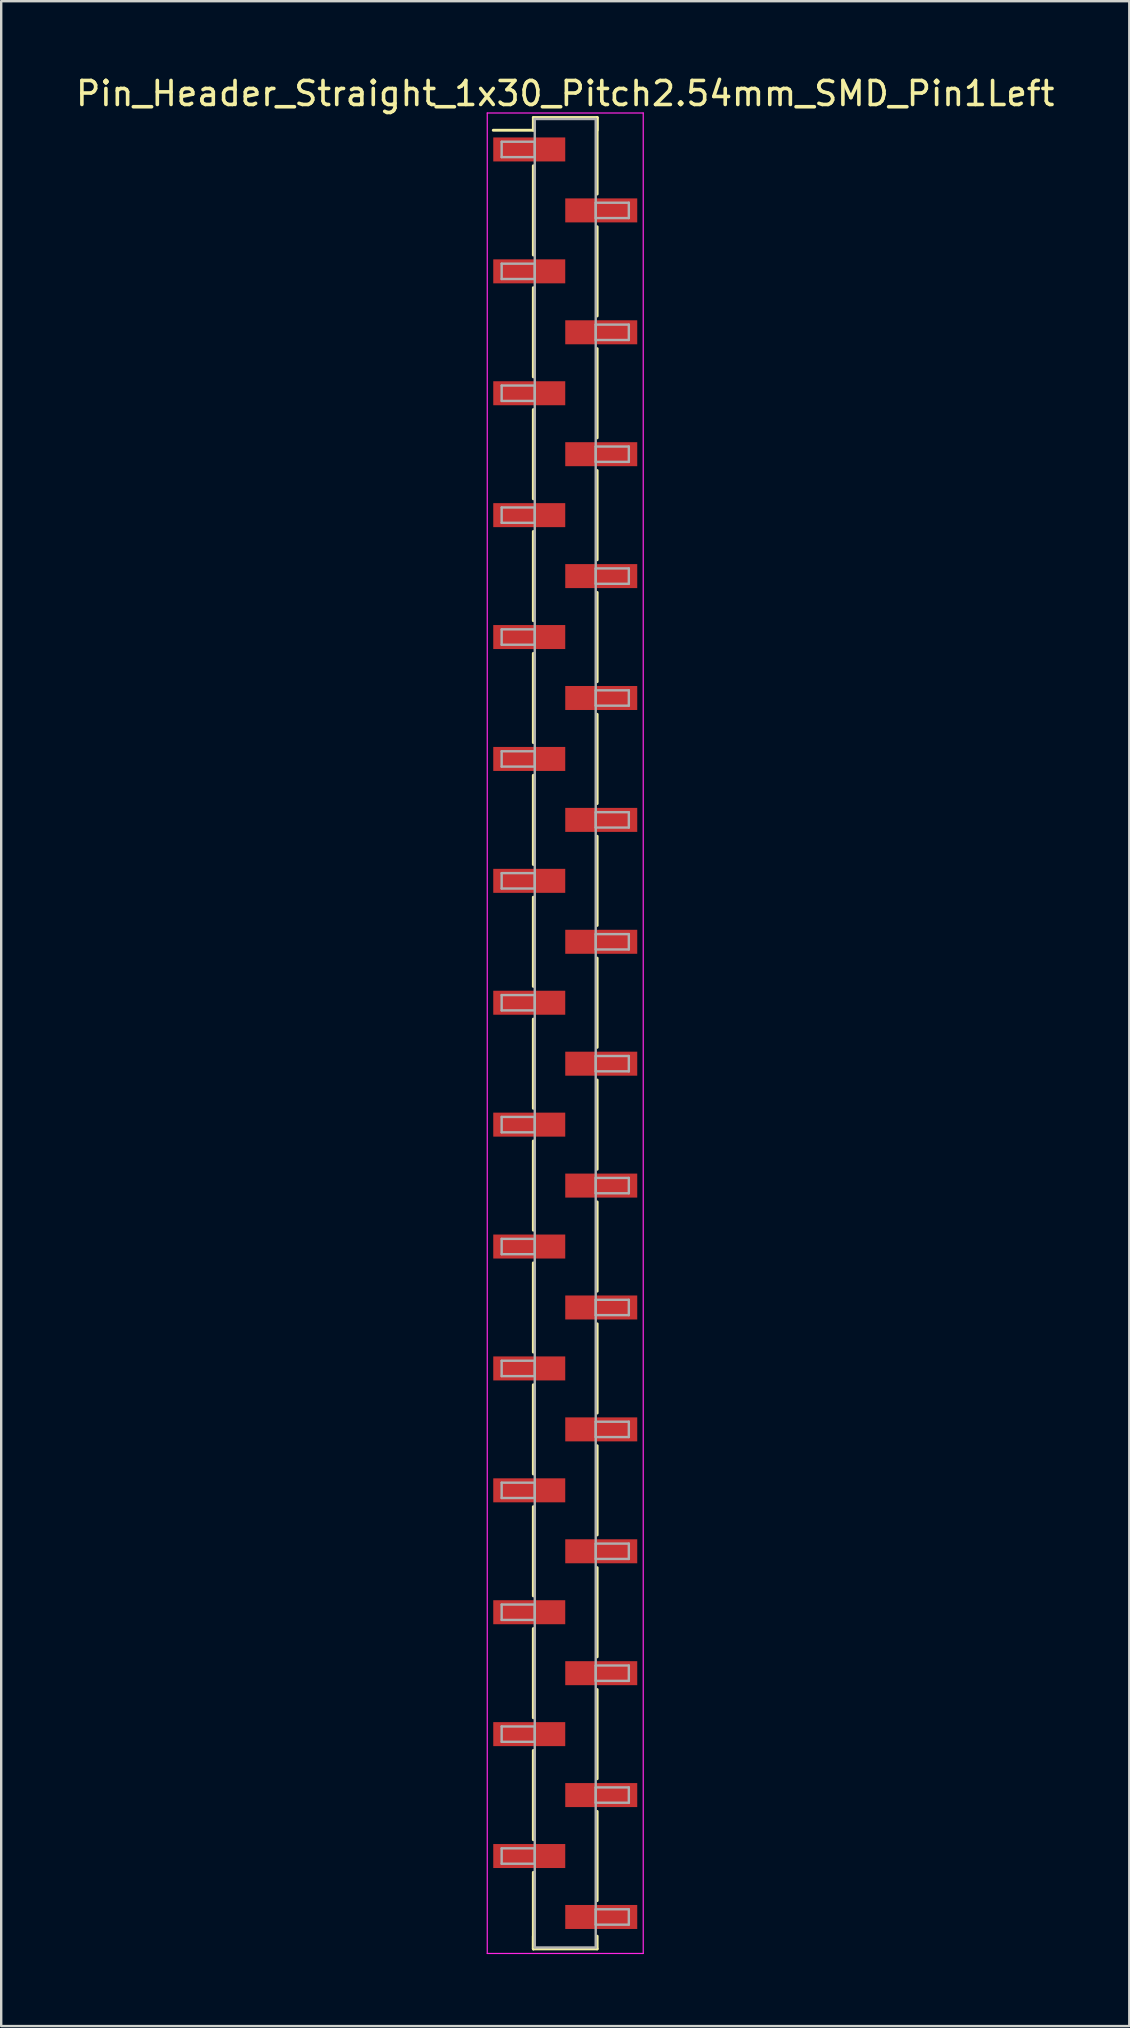
<source format=kicad_pcb>
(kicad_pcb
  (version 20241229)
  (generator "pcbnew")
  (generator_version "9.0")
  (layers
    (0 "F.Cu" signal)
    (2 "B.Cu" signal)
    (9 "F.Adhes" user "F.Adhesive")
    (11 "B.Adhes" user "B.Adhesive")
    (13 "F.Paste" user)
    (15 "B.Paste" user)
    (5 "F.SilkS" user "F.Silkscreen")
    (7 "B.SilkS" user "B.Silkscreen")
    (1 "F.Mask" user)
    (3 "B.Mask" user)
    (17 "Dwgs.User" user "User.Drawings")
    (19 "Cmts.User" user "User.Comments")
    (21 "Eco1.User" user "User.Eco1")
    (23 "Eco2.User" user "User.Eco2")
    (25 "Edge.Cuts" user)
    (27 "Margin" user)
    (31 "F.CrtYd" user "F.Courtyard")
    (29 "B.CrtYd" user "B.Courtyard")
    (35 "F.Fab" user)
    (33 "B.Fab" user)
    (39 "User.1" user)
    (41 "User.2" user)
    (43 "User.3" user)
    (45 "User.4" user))
  (footprint "Pin_Header_Straight_1x30_Pitch2.54mm_SMD_Pin1Left"
    (layer "F.Cu")
    (at 20.506 40.008)
    (property "Reference" "Pin_Header_Straight_1x30_Pitch2.54mm_SMD_Pin1Left" (at 0 -39.16 0) (layer "F.SilkS") (effects (font (size 1 1) (thickness 0.15))))
    (attr smd)
    (fp_line (start -1.33 -38.16) (end 1.33 -38.16) (stroke (width 0.12) (type solid)) (layer "F.SilkS"))
    (fp_line (start -1.33 -37.63) (end -3 -37.63) (stroke (width 0.12) (type solid)) (layer "F.SilkS"))
    (fp_line (start -1.33 -37.63) (end -1.33 -38.16) (stroke (width 0.12) (type solid)) (layer "F.SilkS"))
    (fp_line (start -1.33 -36.15) (end -1.33 -32.43) (stroke (width 0.12) (type solid)) (layer "F.SilkS"))
    (fp_line (start -1.33 -31.07) (end -1.33 -27.35) (stroke (width 0.12) (type solid)) (layer "F.SilkS"))
    (fp_line (start -1.33 -25.99) (end -1.33 -22.27) (stroke (width 0.12) (type solid)) (layer "F.SilkS"))
    (fp_line (start -1.33 -20.91) (end -1.33 -17.19) (stroke (width 0.12) (type solid)) (layer "F.SilkS"))
    (fp_line (start -1.33 -15.83) (end -1.33 -12.11) (stroke (width 0.12) (type solid)) (layer "F.SilkS"))
    (fp_line (start -1.33 -10.75) (end -1.33 -7.03) (stroke (width 0.12) (type solid)) (layer "F.SilkS"))
    (fp_line (start -1.33 -5.67) (end -1.33 -1.95) (stroke (width 0.12) (type solid)) (layer "F.SilkS"))
    (fp_line (start -1.33 -0.59) (end -1.33 3.13) (stroke (width 0.12) (type solid)) (layer "F.SilkS"))
    (fp_line (start -1.33 4.49) (end -1.33 8.21) (stroke (width 0.12) (type solid)) (layer "F.SilkS"))
    (fp_line (start -1.33 9.57) (end -1.33 13.29) (stroke (width 0.12) (type solid)) (layer "F.SilkS"))
    (fp_line (start -1.33 14.65) (end -1.33 18.37) (stroke (width 0.12) (type solid)) (layer "F.SilkS"))
    (fp_line (start -1.33 19.73) (end -1.33 23.45) (stroke (width 0.12) (type solid)) (layer "F.SilkS"))
    (fp_line (start -1.33 24.81) (end -1.33 28.53) (stroke (width 0.12) (type solid)) (layer "F.SilkS"))
    (fp_line (start -1.33 29.89) (end -1.33 33.61) (stroke (width 0.12) (type solid)) (layer "F.SilkS"))
    (fp_line (start -1.33 34.97) (end -1.33 38.16) (stroke (width 0.12) (type solid)) (layer "F.SilkS"))
    (fp_line (start -1.33 37.63) (end -1.33 38.16) (stroke (width 0.12) (type solid)) (layer "F.SilkS"))
    (fp_line (start -1.33 38.16) (end 1.33 38.16) (stroke (width 0.12) (type solid)) (layer "F.SilkS"))
    (fp_line (start 1.33 -38.16) (end 1.33 -37.63) (stroke (width 0.12) (type solid)) (layer "F.SilkS"))
    (fp_line (start 1.33 -38.16) (end 1.33 -34.97) (stroke (width 0.12) (type solid)) (layer "F.SilkS"))
    (fp_line (start 1.33 -33.61) (end 1.33 -29.89) (stroke (width 0.12) (type solid)) (layer "F.SilkS"))
    (fp_line (start 1.33 -28.53) (end 1.33 -24.81) (stroke (width 0.12) (type solid)) (layer "F.SilkS"))
    (fp_line (start 1.33 -23.45) (end 1.33 -19.73) (stroke (width 0.12) (type solid)) (layer "F.SilkS"))
    (fp_line (start 1.33 -18.37) (end 1.33 -14.65) (stroke (width 0.12) (type solid)) (layer "F.SilkS"))
    (fp_line (start 1.33 -13.29) (end 1.33 -9.57) (stroke (width 0.12) (type solid)) (layer "F.SilkS"))
    (fp_line (start 1.33 -8.21) (end 1.33 -4.49) (stroke (width 0.12) (type solid)) (layer "F.SilkS"))
    (fp_line (start 1.33 -3.13) (end 1.33 0.59) (stroke (width 0.12) (type solid)) (layer "F.SilkS"))
    (fp_line (start 1.33 1.95) (end 1.33 5.67) (stroke (width 0.12) (type solid)) (layer "F.SilkS"))
    (fp_line (start 1.33 7.03) (end 1.33 10.75) (stroke (width 0.12) (type solid)) (layer "F.SilkS"))
    (fp_line (start 1.33 12.11) (end 1.33 15.83) (stroke (width 0.12) (type solid)) (layer "F.SilkS"))
    (fp_line (start 1.33 17.19) (end 1.33 20.91) (stroke (width 0.12) (type solid)) (layer "F.SilkS"))
    (fp_line (start 1.33 22.27) (end 1.33 25.99) (stroke (width 0.12) (type solid)) (layer "F.SilkS"))
    (fp_line (start 1.33 27.35) (end 1.33 31.07) (stroke (width 0.12) (type solid)) (layer "F.SilkS"))
    (fp_line (start 1.33 32.43) (end 1.33 36.15) (stroke (width 0.12) (type solid)) (layer "F.SilkS"))
    (fp_line (start 1.33 38.16) (end 1.33 37.63) (stroke (width 0.12) (type solid)) (layer "F.SilkS"))
    (fp_line (start -3.25 -38.35) (end -3.25 38.35) (stroke (width 0.05) (type solid)) (layer "F.CrtYd"))
    (fp_line (start -3.25 38.35) (end 3.25 38.35) (stroke (width 0.05) (type solid)) (layer "F.CrtYd"))
    (fp_line (start 3.25 -38.35) (end -3.25 -38.35) (stroke (width 0.05) (type solid)) (layer "F.CrtYd"))
    (fp_line (start 3.25 38.35) (end 3.25 -38.35) (stroke (width 0.05) (type solid)) (layer "F.CrtYd"))
    (fp_line (start -2.65 -37.15) (end -1.27 -37.15) (stroke (width 0.1) (type solid)) (layer "F.Fab"))
    (fp_line (start -2.65 -36.51) (end -2.65 -37.15) (stroke (width 0.1) (type solid)) (layer "F.Fab"))
    (fp_line (start -2.65 -32.07) (end -1.27 -32.07) (stroke (width 0.1) (type solid)) (layer "F.Fab"))
    (fp_line (start -2.65 -31.43) (end -2.65 -32.07) (stroke (width 0.1) (type solid)) (layer "F.Fab"))
    (fp_line (start -2.65 -26.99) (end -1.27 -26.99) (stroke (width 0.1) (type solid)) (layer "F.Fab"))
    (fp_line (start -2.65 -26.35) (end -2.65 -26.99) (stroke (width 0.1) (type solid)) (layer "F.Fab"))
    (fp_line (start -2.65 -21.91) (end -1.27 -21.91) (stroke (width 0.1) (type solid)) (layer "F.Fab"))
    (fp_line (start -2.65 -21.27) (end -2.65 -21.91) (stroke (width 0.1) (type solid)) (layer "F.Fab"))
    (fp_line (start -2.65 -16.83) (end -1.27 -16.83) (stroke (width 0.1) (type solid)) (layer "F.Fab"))
    (fp_line (start -2.65 -16.19) (end -2.65 -16.83) (stroke (width 0.1) (type solid)) (layer "F.Fab"))
    (fp_line (start -2.65 -11.75) (end -1.27 -11.75) (stroke (width 0.1) (type solid)) (layer "F.Fab"))
    (fp_line (start -2.65 -11.11) (end -2.65 -11.75) (stroke (width 0.1) (type solid)) (layer "F.Fab"))
    (fp_line (start -2.65 -6.67) (end -1.27 -6.67) (stroke (width 0.1) (type solid)) (layer "F.Fab"))
    (fp_line (start -2.65 -6.03) (end -2.65 -6.67) (stroke (width 0.1) (type solid)) (layer "F.Fab"))
    (fp_line (start -2.65 -1.59) (end -1.27 -1.59) (stroke (width 0.1) (type solid)) (layer "F.Fab"))
    (fp_line (start -2.65 -0.95) (end -2.65 -1.59) (stroke (width 0.1) (type solid)) (layer "F.Fab"))
    (fp_line (start -2.65 3.49) (end -1.27 3.49) (stroke (width 0.1) (type solid)) (layer "F.Fab"))
    (fp_line (start -2.65 4.13) (end -2.65 3.49) (stroke (width 0.1) (type solid)) (layer "F.Fab"))
    (fp_line (start -2.65 8.57) (end -1.27 8.57) (stroke (width 0.1) (type solid)) (layer "F.Fab"))
    (fp_line (start -2.65 9.21) (end -2.65 8.57) (stroke (width 0.1) (type solid)) (layer "F.Fab"))
    (fp_line (start -2.65 13.65) (end -1.27 13.65) (stroke (width 0.1) (type solid)) (layer "F.Fab"))
    (fp_line (start -2.65 14.29) (end -2.65 13.65) (stroke (width 0.1) (type solid)) (layer "F.Fab"))
    (fp_line (start -2.65 18.73) (end -1.27 18.73) (stroke (width 0.1) (type solid)) (layer "F.Fab"))
    (fp_line (start -2.65 19.37) (end -2.65 18.73) (stroke (width 0.1) (type solid)) (layer "F.Fab"))
    (fp_line (start -2.65 23.81) (end -1.27 23.81) (stroke (width 0.1) (type solid)) (layer "F.Fab"))
    (fp_line (start -2.65 24.45) (end -2.65 23.81) (stroke (width 0.1) (type solid)) (layer "F.Fab"))
    (fp_line (start -2.65 28.89) (end -1.27 28.89) (stroke (width 0.1) (type solid)) (layer "F.Fab"))
    (fp_line (start -2.65 29.53) (end -2.65 28.89) (stroke (width 0.1) (type solid)) (layer "F.Fab"))
    (fp_line (start -2.65 33.97) (end -1.27 33.97) (stroke (width 0.1) (type solid)) (layer "F.Fab"))
    (fp_line (start -2.65 34.61) (end -2.65 33.97) (stroke (width 0.1) (type solid)) (layer "F.Fab"))
    (fp_line (start -1.27 -38.1) (end -1.27 38.1) (stroke (width 0.1) (type solid)) (layer "F.Fab"))
    (fp_line (start -1.27 -37.15) (end -1.27 -36.51) (stroke (width 0.1) (type solid)) (layer "F.Fab"))
    (fp_line (start -1.27 -36.51) (end -2.65 -36.51) (stroke (width 0.1) (type solid)) (layer "F.Fab"))
    (fp_line (start -1.27 -32.07) (end -1.27 -31.43) (stroke (width 0.1) (type solid)) (layer "F.Fab"))
    (fp_line (start -1.27 -31.43) (end -2.65 -31.43) (stroke (width 0.1) (type solid)) (layer "F.Fab"))
    (fp_line (start -1.27 -26.99) (end -1.27 -26.35) (stroke (width 0.1) (type solid)) (layer "F.Fab"))
    (fp_line (start -1.27 -26.35) (end -2.65 -26.35) (stroke (width 0.1) (type solid)) (layer "F.Fab"))
    (fp_line (start -1.27 -21.91) (end -1.27 -21.27) (stroke (width 0.1) (type solid)) (layer "F.Fab"))
    (fp_line (start -1.27 -21.27) (end -2.65 -21.27) (stroke (width 0.1) (type solid)) (layer "F.Fab"))
    (fp_line (start -1.27 -16.83) (end -1.27 -16.19) (stroke (width 0.1) (type solid)) (layer "F.Fab"))
    (fp_line (start -1.27 -16.19) (end -2.65 -16.19) (stroke (width 0.1) (type solid)) (layer "F.Fab"))
    (fp_line (start -1.27 -11.75) (end -1.27 -11.11) (stroke (width 0.1) (type solid)) (layer "F.Fab"))
    (fp_line (start -1.27 -11.11) (end -2.65 -11.11) (stroke (width 0.1) (type solid)) (layer "F.Fab"))
    (fp_line (start -1.27 -6.67) (end -1.27 -6.03) (stroke (width 0.1) (type solid)) (layer "F.Fab"))
    (fp_line (start -1.27 -6.03) (end -2.65 -6.03) (stroke (width 0.1) (type solid)) (layer "F.Fab"))
    (fp_line (start -1.27 -1.59) (end -1.27 -0.95) (stroke (width 0.1) (type solid)) (layer "F.Fab"))
    (fp_line (start -1.27 -0.95) (end -2.65 -0.95) (stroke (width 0.1) (type solid)) (layer "F.Fab"))
    (fp_line (start -1.27 3.49) (end -1.27 4.13) (stroke (width 0.1) (type solid)) (layer "F.Fab"))
    (fp_line (start -1.27 4.13) (end -2.65 4.13) (stroke (width 0.1) (type solid)) (layer "F.Fab"))
    (fp_line (start -1.27 8.57) (end -1.27 9.21) (stroke (width 0.1) (type solid)) (layer "F.Fab"))
    (fp_line (start -1.27 9.21) (end -2.65 9.21) (stroke (width 0.1) (type solid)) (layer "F.Fab"))
    (fp_line (start -1.27 13.65) (end -1.27 14.29) (stroke (width 0.1) (type solid)) (layer "F.Fab"))
    (fp_line (start -1.27 14.29) (end -2.65 14.29) (stroke (width 0.1) (type solid)) (layer "F.Fab"))
    (fp_line (start -1.27 18.73) (end -1.27 19.37) (stroke (width 0.1) (type solid)) (layer "F.Fab"))
    (fp_line (start -1.27 19.37) (end -2.65 19.37) (stroke (width 0.1) (type solid)) (layer "F.Fab"))
    (fp_line (start -1.27 23.81) (end -1.27 24.45) (stroke (width 0.1) (type solid)) (layer "F.Fab"))
    (fp_line (start -1.27 24.45) (end -2.65 24.45) (stroke (width 0.1) (type solid)) (layer "F.Fab"))
    (fp_line (start -1.27 28.89) (end -1.27 29.53) (stroke (width 0.1) (type solid)) (layer "F.Fab"))
    (fp_line (start -1.27 29.53) (end -2.65 29.53) (stroke (width 0.1) (type solid)) (layer "F.Fab"))
    (fp_line (start -1.27 33.97) (end -1.27 34.61) (stroke (width 0.1) (type solid)) (layer "F.Fab"))
    (fp_line (start -1.27 34.61) (end -2.65 34.61) (stroke (width 0.1) (type solid)) (layer "F.Fab"))
    (fp_line (start -1.27 38.1) (end 1.27 38.1) (stroke (width 0.1) (type solid)) (layer "F.Fab"))
    (fp_line (start 1.27 -38.1) (end -1.27 -38.1) (stroke (width 0.1) (type solid)) (layer "F.Fab"))
    (fp_line (start 1.27 -34.61) (end 1.27 -33.97) (stroke (width 0.1) (type solid)) (layer "F.Fab"))
    (fp_line (start 1.27 -33.97) (end 2.65 -33.97) (stroke (width 0.1) (type solid)) (layer "F.Fab"))
    (fp_line (start 1.27 -29.53) (end 1.27 -28.89) (stroke (width 0.1) (type solid)) (layer "F.Fab"))
    (fp_line (start 1.27 -28.89) (end 2.65 -28.89) (stroke (width 0.1) (type solid)) (layer "F.Fab"))
    (fp_line (start 1.27 -24.45) (end 1.27 -23.81) (stroke (width 0.1) (type solid)) (layer "F.Fab"))
    (fp_line (start 1.27 -23.81) (end 2.65 -23.81) (stroke (width 0.1) (type solid)) (layer "F.Fab"))
    (fp_line (start 1.27 -19.37) (end 1.27 -18.73) (stroke (width 0.1) (type solid)) (layer "F.Fab"))
    (fp_line (start 1.27 -18.73) (end 2.65 -18.73) (stroke (width 0.1) (type solid)) (layer "F.Fab"))
    (fp_line (start 1.27 -14.29) (end 1.27 -13.65) (stroke (width 0.1) (type solid)) (layer "F.Fab"))
    (fp_line (start 1.27 -13.65) (end 2.65 -13.65) (stroke (width 0.1) (type solid)) (layer "F.Fab"))
    (fp_line (start 1.27 -9.21) (end 1.27 -8.57) (stroke (width 0.1) (type solid)) (layer "F.Fab"))
    (fp_line (start 1.27 -8.57) (end 2.65 -8.57) (stroke (width 0.1) (type solid)) (layer "F.Fab"))
    (fp_line (start 1.27 -4.13) (end 1.27 -3.49) (stroke (width 0.1) (type solid)) (layer "F.Fab"))
    (fp_line (start 1.27 -3.49) (end 2.65 -3.49) (stroke (width 0.1) (type solid)) (layer "F.Fab"))
    (fp_line (start 1.27 0.95) (end 1.27 1.59) (stroke (width 0.1) (type solid)) (layer "F.Fab"))
    (fp_line (start 1.27 1.59) (end 2.65 1.59) (stroke (width 0.1) (type solid)) (layer "F.Fab"))
    (fp_line (start 1.27 6.03) (end 1.27 6.67) (stroke (width 0.1) (type solid)) (layer "F.Fab"))
    (fp_line (start 1.27 6.67) (end 2.65 6.67) (stroke (width 0.1) (type solid)) (layer "F.Fab"))
    (fp_line (start 1.27 11.11) (end 1.27 11.75) (stroke (width 0.1) (type solid)) (layer "F.Fab"))
    (fp_line (start 1.27 11.75) (end 2.65 11.75) (stroke (width 0.1) (type solid)) (layer "F.Fab"))
    (fp_line (start 1.27 16.19) (end 1.27 16.83) (stroke (width 0.1) (type solid)) (layer "F.Fab"))
    (fp_line (start 1.27 16.83) (end 2.65 16.83) (stroke (width 0.1) (type solid)) (layer "F.Fab"))
    (fp_line (start 1.27 21.27) (end 1.27 21.91) (stroke (width 0.1) (type solid)) (layer "F.Fab"))
    (fp_line (start 1.27 21.91) (end 2.65 21.91) (stroke (width 0.1) (type solid)) (layer "F.Fab"))
    (fp_line (start 1.27 26.35) (end 1.27 26.99) (stroke (width 0.1) (type solid)) (layer "F.Fab"))
    (fp_line (start 1.27 26.99) (end 2.65 26.99) (stroke (width 0.1) (type solid)) (layer "F.Fab"))
    (fp_line (start 1.27 31.43) (end 1.27 32.07) (stroke (width 0.1) (type solid)) (layer "F.Fab"))
    (fp_line (start 1.27 32.07) (end 2.65 32.07) (stroke (width 0.1) (type solid)) (layer "F.Fab"))
    (fp_line (start 1.27 36.51) (end 1.27 37.15) (stroke (width 0.1) (type solid)) (layer "F.Fab"))
    (fp_line (start 1.27 37.15) (end 2.65 37.15) (stroke (width 0.1) (type solid)) (layer "F.Fab"))
    (fp_line (start 1.27 38.1) (end 1.27 -38.1) (stroke (width 0.1) (type solid)) (layer "F.Fab"))
    (fp_line (start 2.65 -34.61) (end 1.27 -34.61) (stroke (width 0.1) (type solid)) (layer "F.Fab"))
    (fp_line (start 2.65 -33.97) (end 2.65 -34.61) (stroke (width 0.1) (type solid)) (layer "F.Fab"))
    (fp_line (start 2.65 -29.53) (end 1.27 -29.53) (stroke (width 0.1) (type solid)) (layer "F.Fab"))
    (fp_line (start 2.65 -28.89) (end 2.65 -29.53) (stroke (width 0.1) (type solid)) (layer "F.Fab"))
    (fp_line (start 2.65 -24.45) (end 1.27 -24.45) (stroke (width 0.1) (type solid)) (layer "F.Fab"))
    (fp_line (start 2.65 -23.81) (end 2.65 -24.45) (stroke (width 0.1) (type solid)) (layer "F.Fab"))
    (fp_line (start 2.65 -19.37) (end 1.27 -19.37) (stroke (width 0.1) (type solid)) (layer "F.Fab"))
    (fp_line (start 2.65 -18.73) (end 2.65 -19.37) (stroke (width 0.1) (type solid)) (layer "F.Fab"))
    (fp_line (start 2.65 -14.29) (end 1.27 -14.29) (stroke (width 0.1) (type solid)) (layer "F.Fab"))
    (fp_line (start 2.65 -13.65) (end 2.65 -14.29) (stroke (width 0.1) (type solid)) (layer "F.Fab"))
    (fp_line (start 2.65 -9.21) (end 1.27 -9.21) (stroke (width 0.1) (type solid)) (layer "F.Fab"))
    (fp_line (start 2.65 -8.57) (end 2.65 -9.21) (stroke (width 0.1) (type solid)) (layer "F.Fab"))
    (fp_line (start 2.65 -4.13) (end 1.27 -4.13) (stroke (width 0.1) (type solid)) (layer "F.Fab"))
    (fp_line (start 2.65 -3.49) (end 2.65 -4.13) (stroke (width 0.1) (type solid)) (layer "F.Fab"))
    (fp_line (start 2.65 0.95) (end 1.27 0.95) (stroke (width 0.1) (type solid)) (layer "F.Fab"))
    (fp_line (start 2.65 1.59) (end 2.65 0.95) (stroke (width 0.1) (type solid)) (layer "F.Fab"))
    (fp_line (start 2.65 6.03) (end 1.27 6.03) (stroke (width 0.1) (type solid)) (layer "F.Fab"))
    (fp_line (start 2.65 6.67) (end 2.65 6.03) (stroke (width 0.1) (type solid)) (layer "F.Fab"))
    (fp_line (start 2.65 11.11) (end 1.27 11.11) (stroke (width 0.1) (type solid)) (layer "F.Fab"))
    (fp_line (start 2.65 11.75) (end 2.65 11.11) (stroke (width 0.1) (type solid)) (layer "F.Fab"))
    (fp_line (start 2.65 16.19) (end 1.27 16.19) (stroke (width 0.1) (type solid)) (layer "F.Fab"))
    (fp_line (start 2.65 16.83) (end 2.65 16.19) (stroke (width 0.1) (type solid)) (layer "F.Fab"))
    (fp_line (start 2.65 21.27) (end 1.27 21.27) (stroke (width 0.1) (type solid)) (layer "F.Fab"))
    (fp_line (start 2.65 21.91) (end 2.65 21.27) (stroke (width 0.1) (type solid)) (layer "F.Fab"))
    (fp_line (start 2.65 26.35) (end 1.27 26.35) (stroke (width 0.1) (type solid)) (layer "F.Fab"))
    (fp_line (start 2.65 26.99) (end 2.65 26.35) (stroke (width 0.1) (type solid)) (layer "F.Fab"))
    (fp_line (start 2.65 31.43) (end 1.27 31.43) (stroke (width 0.1) (type solid)) (layer "F.Fab"))
    (fp_line (start 2.65 32.07) (end 2.65 31.43) (stroke (width 0.1) (type solid)) (layer "F.Fab"))
    (fp_line (start 2.65 36.51) (end 1.27 36.51) (stroke (width 0.1) (type solid)) (layer "F.Fab"))
    (fp_line (start 2.65 37.15) (end 2.65 36.51) (stroke (width 0.1) (type solid)) (layer "F.Fab"))
    (pad "1" smd rect (at -1.5 -36.83) (size 3 1) (layers "F.Cu" "F.Mask"))
    (pad "2" smd rect (at 1.5 -34.29) (size 3 1) (layers "F.Cu" "F.Mask"))
    (pad "3" smd rect (at -1.5 -31.75) (size 3 1) (layers "F.Cu" "F.Mask"))
    (pad "4" smd rect (at 1.5 -29.21) (size 3 1) (layers "F.Cu" "F.Mask"))
    (pad "5" smd rect (at -1.5 -26.67) (size 3 1) (layers "F.Cu" "F.Mask"))
    (pad "6" smd rect (at 1.5 -24.13) (size 3 1) (layers "F.Cu" "F.Mask"))
    (pad "7" smd rect (at -1.5 -21.59) (size 3 1) (layers "F.Cu" "F.Mask"))
    (pad "8" smd rect (at 1.5 -19.05) (size 3 1) (layers "F.Cu" "F.Mask"))
    (pad "9" smd rect (at -1.5 -16.51) (size 3 1) (layers "F.Cu" "F.Mask"))
    (pad "10" smd rect (at 1.5 -13.97) (size 3 1) (layers "F.Cu" "F.Mask"))
    (pad "11" smd rect (at -1.5 -11.43) (size 3 1) (layers "F.Cu" "F.Mask"))
    (pad "12" smd rect (at 1.5 -8.89) (size 3 1) (layers "F.Cu" "F.Mask"))
    (pad "13" smd rect (at -1.5 -6.35) (size 3 1) (layers "F.Cu" "F.Mask"))
    (pad "14" smd rect (at 1.5 -3.81) (size 3 1) (layers "F.Cu" "F.Mask"))
    (pad "15" smd rect (at -1.5 -1.27) (size 3 1) (layers "F.Cu" "F.Mask"))
    (pad "16" smd rect (at 1.5 1.27) (size 3 1) (layers "F.Cu" "F.Mask"))
    (pad "17" smd rect (at -1.5 3.81) (size 3 1) (layers "F.Cu" "F.Mask"))
    (pad "18" smd rect (at 1.5 6.35) (size 3 1) (layers "F.Cu" "F.Mask"))
    (pad "19" smd rect (at -1.5 8.89) (size 3 1) (layers "F.Cu" "F.Mask"))
    (pad "20" smd rect (at 1.5 11.43) (size 3 1) (layers "F.Cu" "F.Mask"))
    (pad "21" smd rect (at -1.5 13.97) (size 3 1) (layers "F.Cu" "F.Mask"))
    (pad "22" smd rect (at 1.5 16.51) (size 3 1) (layers "F.Cu" "F.Mask"))
    (pad "23" smd rect (at -1.5 19.05) (size 3 1) (layers "F.Cu" "F.Mask"))
    (pad "24" smd rect (at 1.5 21.59) (size 3 1) (layers "F.Cu" "F.Mask"))
    (pad "25" smd rect (at -1.5 24.13) (size 3 1) (layers "F.Cu" "F.Mask"))
    (pad "26" smd rect (at 1.5 26.67) (size 3 1) (layers "F.Cu" "F.Mask"))
    (pad "27" smd rect (at -1.5 29.21) (size 3 1) (layers "F.Cu" "F.Mask"))
    (pad "28" smd rect (at 1.5 31.75) (size 3 1) (layers "F.Cu" "F.Mask"))
    (pad "29" smd rect (at -1.5 34.29) (size 3 1) (layers "F.Cu" "F.Mask"))
    (pad "30" smd rect (at 1.5 36.83) (size 3 1) (layers "F.Cu" "F.Mask")))
  (gr_rect
    (start -3 -3)
    (end 44.012 81.383)
    (stroke (width 0.1) (type default))
    (fill no)
    (layer "Edge.Cuts")))
</source>
